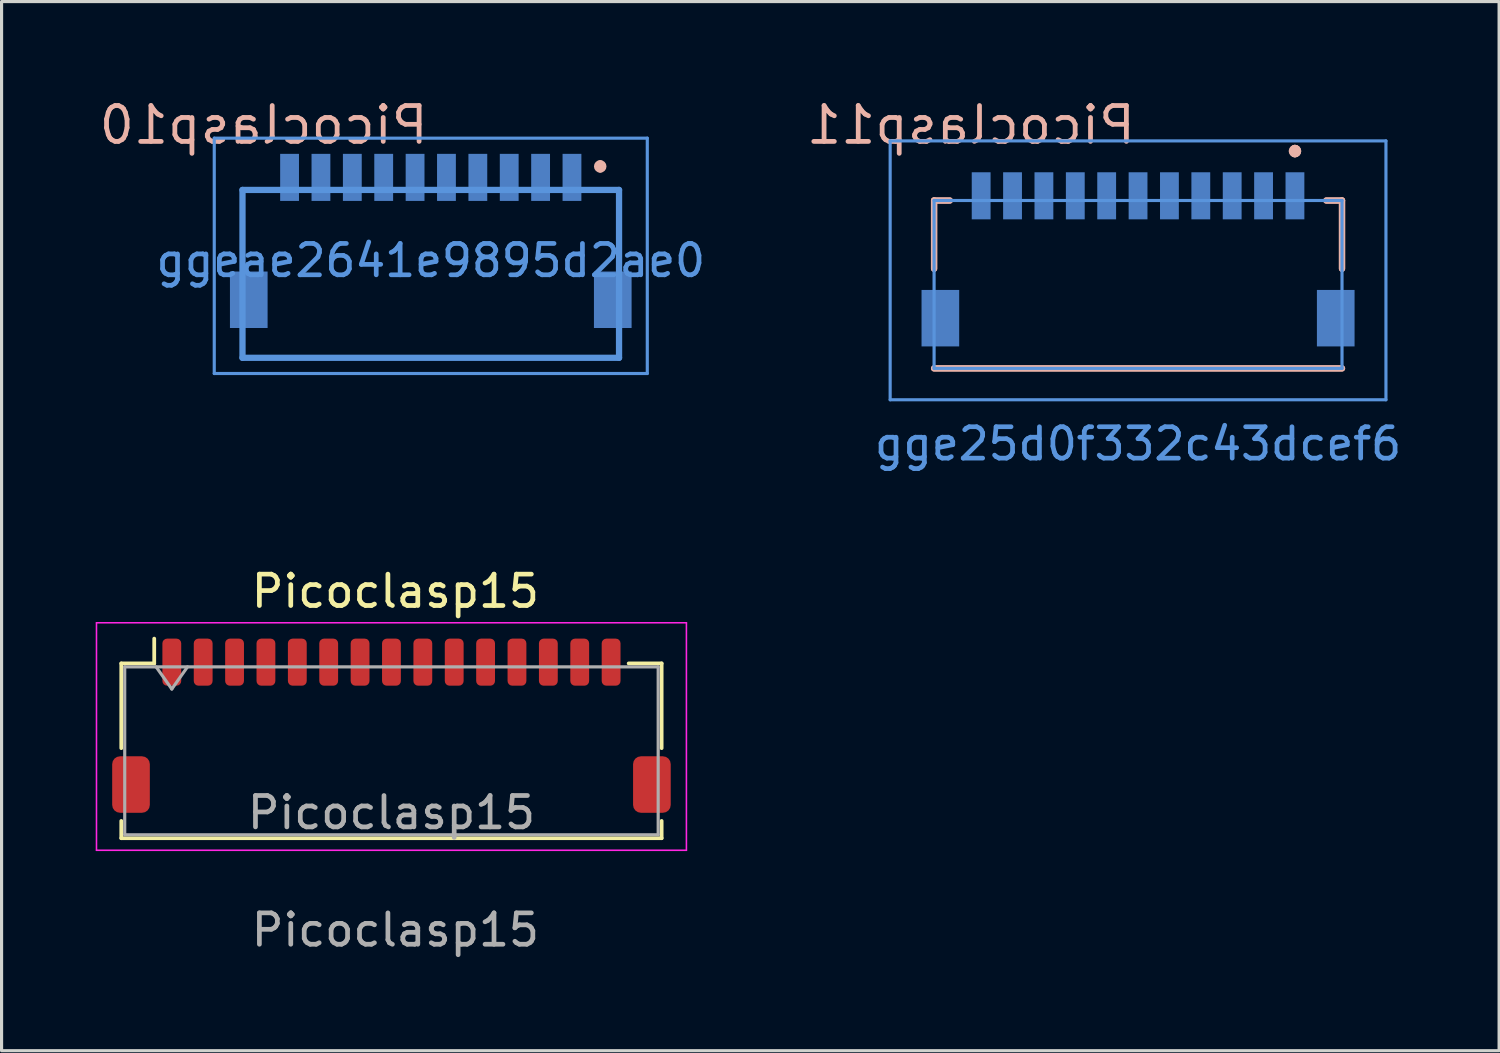
<source format=kicad_pcb>
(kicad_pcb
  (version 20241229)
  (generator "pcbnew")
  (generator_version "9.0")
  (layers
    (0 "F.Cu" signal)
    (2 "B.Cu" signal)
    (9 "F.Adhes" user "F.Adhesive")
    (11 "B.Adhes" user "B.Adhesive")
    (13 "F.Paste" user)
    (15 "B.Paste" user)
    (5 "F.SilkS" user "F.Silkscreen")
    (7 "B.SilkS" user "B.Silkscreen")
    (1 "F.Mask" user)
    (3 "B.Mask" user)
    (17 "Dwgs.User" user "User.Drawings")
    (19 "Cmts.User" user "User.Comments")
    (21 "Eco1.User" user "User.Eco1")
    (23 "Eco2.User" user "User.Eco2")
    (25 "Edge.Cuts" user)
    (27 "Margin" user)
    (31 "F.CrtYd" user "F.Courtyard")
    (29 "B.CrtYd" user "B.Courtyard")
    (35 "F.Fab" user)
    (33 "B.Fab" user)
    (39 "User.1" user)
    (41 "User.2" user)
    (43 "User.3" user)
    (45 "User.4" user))
  (footprint "Picoclasp11"
    (layer "F.Cu")
    (at 33.218 6.015)
    (property "Reference" "Picoclasp11" (at 0 -5.08 0) (layer "B.SilkS") (effects (font (size 1.143 1.143) (thickness 0.152)) (justify left mirror)))
    (attr smd)
    (fp_line (start -6.5 -2.675) (end -6.5 -0.5) (stroke (width 0.2) (type solid)) (layer "B.SilkS"))
    (fp_line (start -6.5 -2.675) (end -6 -2.675) (stroke (width 0.2) (type solid)) (layer "B.SilkS"))
    (fp_line (start -6.5 -0.5) (end -6.5 -2.675) (stroke (width 0.2) (type solid)) (layer "B.SilkS"))
    (fp_line (start -6.5 2.675) (end 6.5 2.675) (stroke (width 0.2) (type solid)) (layer "B.SilkS"))
    (fp_line (start -6 -2.675) (end -6.5 -2.675) (stroke (width 0.2) (type solid)) (layer "B.SilkS"))
    (fp_line (start 6 -2.675) (end 6.5 -2.675) (stroke (width 0.2) (type solid)) (layer "B.SilkS"))
    (fp_line (start 6.5 -2.675) (end 6 -2.675) (stroke (width 0.2) (type solid)) (layer "B.SilkS"))
    (fp_line (start 6.5 -2.675) (end 6.5 -0.5) (stroke (width 0.2) (type solid)) (layer "B.SilkS"))
    (fp_line (start 6.5 -0.5) (end 6.5 -2.675) (stroke (width 0.2) (type solid)) (layer "B.SilkS"))
    (fp_line (start 6.5 2.675) (end -6.5 2.675) (stroke (width 0.2) (type solid)) (layer "B.SilkS"))
    (fp_arc (start 5 -4.3) (mid 5.05 -4.25) (end 5 -4.2) (stroke (width 0.3) (type solid)) (layer "B.SilkS"))
    (fp_arc (start 5 -4.3) (mid 5.05 -4.25) (end 5 -4.2) (stroke (width 0.3) (type solid)) (layer "B.SilkS"))
    (fp_arc (start 5 -4.2) (mid 4.95 -4.25) (end 5 -4.3) (stroke (width 0.3) (type solid)) (layer "B.SilkS"))
    (fp_line (start -7.9 -4.575) (end -7.9 3.675) (stroke (width 0.1) (type solid)) (layer "Cmts.User"))
    (fp_line (start -7.9 3.675) (end 7.9 3.675) (stroke (width 0.1) (type solid)) (layer "Cmts.User"))
    (fp_line (start -6.5 -2.675) (end 6.5 -2.675) (stroke (width 0.1) (type solid)) (layer "Cmts.User"))
    (fp_line (start -6.5 2.675) (end -6.5 -2.675) (stroke (width 0.1) (type solid)) (layer "Cmts.User"))
    (fp_line (start 6.5 -2.675) (end 6.5 2.675) (stroke (width 0.1) (type solid)) (layer "Cmts.User"))
    (fp_line (start 6.5 2.675) (end -6.5 2.675) (stroke (width 0.1) (type solid)) (layer "Cmts.User"))
    (fp_line (start 7.9 -4.575) (end -7.9 -4.575) (stroke (width 0.1) (type solid)) (layer "Cmts.User"))
    (fp_line (start 7.9 3.675) (end 7.9 -4.575) (stroke (width 0.1) (type solid)) (layer "Cmts.User"))
    (fp_text user "gge25d0f332c43dcef6" (at 0 5.08 180) (layer "Cmts.User") (effects (font (size 1 1) (thickness 0.15))))
    (pad "1" smd rect (at 5 -2.825 270) (size 1.5 0.6) (layers "B.Cu" "B.Mask" "B.Paste"))
    (pad "2" smd rect (at 4 -2.825 270) (size 1.5 0.6) (layers "B.Cu" "B.Mask" "B.Paste"))
    (pad "3" smd rect (at 3 -2.825 270) (size 1.5 0.6) (layers "B.Cu" "B.Mask" "B.Paste"))
    (pad "4" smd rect (at 2 -2.825 270) (size 1.5 0.6) (layers "B.Cu" "B.Mask" "B.Paste"))
    (pad "5" smd rect (at 1 -2.825 270) (size 1.5 0.6) (layers "B.Cu" "B.Mask" "B.Paste"))
    (pad "6" smd rect (at 0 -2.825 270) (size 1.5 0.6) (layers "B.Cu" "B.Mask" "B.Paste"))
    (pad "7" smd rect (at -1 -2.825 270) (size 1.5 0.6) (layers "B.Cu" "B.Mask" "B.Paste"))
    (pad "8" smd rect (at -2 -2.825 270) (size 1.5 0.6) (layers "B.Cu" "B.Mask" "B.Paste"))
    (pad "9" smd rect (at -3 -2.825 270) (size 1.5 0.6) (layers "B.Cu" "B.Mask" "B.Paste"))
    (pad "10" smd rect (at -4 -2.825 270) (size 1.5 0.6) (layers "B.Cu" "B.Mask" "B.Paste"))
    (pad "11" smd rect (at -5 -2.825 270) (size 1.5 0.6) (layers "B.Cu" "B.Mask" "B.Paste"))
    (pad "MP" smd rect (at -6.3 1.075 270) (size 1.8 1.2) (layers "B.Cu" "B.Mask" "B.Paste"))
    (pad "MP" smd rect (at 6.3 1.075 270) (size 1.8 1.2) (layers "B.Cu" "B.Mask" "B.Paste")))
  (footprint "Picoclasp15"
    (layer "F.Cu")
    (at 9.55 20.237)
    (property "Reference" "Picoclasp15" (at 0 -4.445 0) (unlocked yes) (layer "F.SilkS") (effects (font (size 1 1) (thickness 0.15))))
    (attr smd)
    (fp_line (start -8.735 -2.145) (end -7.685 -2.145) (stroke (width 0.12) (type solid)) (layer "F.SilkS"))
    (fp_line (start -8.735 0.555) (end -8.735 -2.145) (stroke (width 0.12) (type solid)) (layer "F.SilkS"))
    (fp_line (start -8.735 2.875) (end -8.735 3.425) (stroke (width 0.12) (type solid)) (layer "F.SilkS"))
    (fp_line (start -8.735 3.425) (end 8.485 3.425) (stroke (width 0.12) (type solid)) (layer "F.SilkS"))
    (fp_line (start -7.685 -2.145) (end -7.685 -2.935) (stroke (width 0.12) (type solid)) (layer "F.SilkS"))
    (fp_line (start 8.485 -2.145) (end 7.435 -2.145) (stroke (width 0.12) (type solid)) (layer "F.SilkS"))
    (fp_line (start 8.485 0.555) (end 8.485 -2.145) (stroke (width 0.12) (type solid)) (layer "F.SilkS"))
    (fp_line (start 8.485 3.425) (end 8.485 2.875) (stroke (width 0.12) (type solid)) (layer "F.SilkS"))
    (fp_line (start -9.525 -3.44) (end -9.525 3.81) (stroke (width 0.05) (type solid)) (layer "F.CrtYd"))
    (fp_line (start -9.525 3.81) (end 9.275 3.81) (stroke (width 0.05) (type solid)) (layer "F.CrtYd"))
    (fp_line (start 9.275 -3.44) (end -9.525 -3.44) (stroke (width 0.05) (type solid)) (layer "F.CrtYd"))
    (fp_line (start 9.275 3.81) (end 9.275 -3.44) (stroke (width 0.05) (type solid)) (layer "F.CrtYd"))
    (fp_line (start -8.625 -2.035) (end -8.625 3.315) (stroke (width 0.1) (type solid)) (layer "F.Fab"))
    (fp_line (start -8.625 -2.035) (end 8.375 -2.035) (stroke (width 0.1) (type solid)) (layer "F.Fab"))
    (fp_line (start -8.625 3.315) (end 8.375 3.315) (stroke (width 0.1) (type solid)) (layer "F.Fab"))
    (fp_line (start -7.625 -2.035) (end -7.125 -1.328) (stroke (width 0.1) (type solid)) (layer "F.Fab"))
    (fp_line (start -7.125 -1.328) (end -6.625 -2.035) (stroke (width 0.1) (type solid)) (layer "F.Fab"))
    (fp_line (start 8.375 -2.035) (end 8.375 3.315) (stroke (width 0.1) (type solid)) (layer "F.Fab"))
    (fp_text user "${REFERENCE}" (at 0 6.35 0) (unlocked yes) (layer "F.Fab") (effects (font (size 1 1) (thickness 0.15))))
    (fp_text user "${REFERENCE}" (at -0.125 2.61 0) (unlocked yes) (layer "F.Fab") (effects (font (size 1 1) (thickness 0.15))))
    (pad "1" smd roundrect (at -7.125 -2.185) (size 0.6 1.5) (layers "F.Cu" "F.Mask" "F.Paste") (roundrect_rratio 0.25))
    (pad "2" smd roundrect (at -6.125 -2.185) (size 0.6 1.5) (layers "F.Cu" "F.Mask" "F.Paste") (roundrect_rratio 0.25))
    (pad "3" smd roundrect (at -5.125 -2.185) (size 0.6 1.5) (layers "F.Cu" "F.Mask" "F.Paste") (roundrect_rratio 0.25))
    (pad "4" smd roundrect (at -4.125 -2.185) (size 0.6 1.5) (layers "F.Cu" "F.Mask" "F.Paste") (roundrect_rratio 0.25))
    (pad "5" smd roundrect (at -3.125 -2.185) (size 0.6 1.5) (layers "F.Cu" "F.Mask" "F.Paste") (roundrect_rratio 0.25))
    (pad "6" smd roundrect (at -2.125 -2.185) (size 0.6 1.5) (layers "F.Cu" "F.Mask" "F.Paste") (roundrect_rratio 0.25))
    (pad "7" smd roundrect (at -1.125 -2.185) (size 0.6 1.5) (layers "F.Cu" "F.Mask" "F.Paste") (roundrect_rratio 0.25))
    (pad "8" smd roundrect (at -0.125 -2.185) (size 0.6 1.5) (layers "F.Cu" "F.Mask" "F.Paste") (roundrect_rratio 0.25))
    (pad "9" smd roundrect (at 0.875 -2.185) (size 0.6 1.5) (layers "F.Cu" "F.Mask" "F.Paste") (roundrect_rratio 0.25))
    (pad "10" smd roundrect (at 1.875 -2.185) (size 0.6 1.5) (layers "F.Cu" "F.Mask" "F.Paste") (roundrect_rratio 0.25))
    (pad "11" smd roundrect (at 2.875 -2.185) (size 0.6 1.5) (layers "F.Cu" "F.Mask" "F.Paste") (roundrect_rratio 0.25))
    (pad "12" smd roundrect (at 3.875 -2.185) (size 0.6 1.5) (layers "F.Cu" "F.Mask" "F.Paste") (roundrect_rratio 0.25))
    (pad "13" smd roundrect (at 4.875 -2.185) (size 0.6 1.5) (layers "F.Cu" "F.Mask" "F.Paste") (roundrect_rratio 0.25))
    (pad "14" smd roundrect (at 5.875 -2.185) (size 0.6 1.5) (layers "F.Cu" "F.Mask" "F.Paste") (roundrect_rratio 0.25))
    (pad "15" smd roundrect (at 6.875 -2.185) (size 0.6 1.5) (layers "F.Cu" "F.Mask" "F.Paste") (roundrect_rratio 0.25))
    (pad "MP" smd roundrect (at -8.425 1.715) (size 1.2 1.8) (layers "F.Cu" "F.Mask" "F.Paste") (roundrect_rratio 0.208))
    (pad "MP" smd roundrect (at 8.175 1.715) (size 1.2 1.8) (layers "F.Cu" "F.Mask" "F.Paste") (roundrect_rratio 0.208)))
  (footprint "Picoclasp10"
    (layer "F.Cu")
    (at 10.678 5.253)
    (property "Reference" "Picoclasp10" (at 0 -4.318 0) (layer "B.SilkS") (effects (font (size 1.143 1.143) (thickness 0.152)) (justify left mirror)))
    (attr smd)
    (fp_line (start -6 -2.25) (end -6 -0.4) (stroke (width 0.1) (type solid)) (layer "B.SilkS"))
    (fp_line (start -6 3.1) (end -6 2.6) (stroke (width 0.1) (type solid)) (layer "B.SilkS"))
    (fp_line (start -5.8 3.1) (end -6 3.1) (stroke (width 0.1) (type solid)) (layer "B.SilkS"))
    (fp_line (start -5.5 -2.25) (end -6 -2.25) (stroke (width 0.1) (type solid)) (layer "B.SilkS"))
    (fp_line (start 5.5 -2.25) (end 6 -2.25) (stroke (width 0.1) (type solid)) (layer "B.SilkS"))
    (fp_line (start 6 -2.25) (end 6 -0.4) (stroke (width 0.1) (type solid)) (layer "B.SilkS"))
    (fp_line (start 6 2.6) (end 6 3.1) (stroke (width 0.1) (type solid)) (layer "B.SilkS"))
    (fp_line (start 6 3.1) (end -5.8 3.1) (stroke (width 0.1) (type solid)) (layer "B.SilkS"))
    (fp_arc (start 5.4 -3.1) (mid 5.5 -3) (end 5.4 -2.9) (stroke (width 0.2) (type solid)) (layer "B.SilkS"))
    (fp_arc (start 5.4 -2.9) (mid 5.3 -3) (end 5.4 -3.1) (stroke (width 0.2) (type solid)) (layer "B.SilkS"))
    (fp_line (start -6.9 -3.9) (end -6.9 3.6) (stroke (width 0.1) (type solid)) (layer "Cmts.User"))
    (fp_line (start -6.9 3.6) (end 6.9 3.6) (stroke (width 0.1) (type solid)) (layer "Cmts.User"))
    (fp_line (start -6 -2.25) (end -6 3.1) (stroke (width 0.2) (type solid)) (layer "Cmts.User"))
    (fp_line (start -6 3.1) (end 6 3.1) (stroke (width 0.2) (type solid)) (layer "Cmts.User"))
    (fp_line (start 6 -2.25) (end -6 -2.25) (stroke (width 0.2) (type solid)) (layer "Cmts.User"))
    (fp_line (start 6 3.1) (end 6 -2.25) (stroke (width 0.2) (type solid)) (layer "Cmts.User"))
    (fp_line (start 6.9 -3.9) (end -6.9 -3.9) (stroke (width 0.1) (type solid)) (layer "Cmts.User"))
    (fp_line (start 6.9 3.6) (end 6.9 -3.9) (stroke (width 0.1) (type solid)) (layer "Cmts.User"))
    (fp_text user "ggeae2641e9895d2ae0" (at 0 0 180) (layer "Cmts.User") (effects (font (size 1 1) (thickness 0.15))))
    (pad "1" smd rect (at 4.5 -2.65 270) (size 1.5 0.6) (layers "B.Cu" "B.Mask" "B.Paste"))
    (pad "2" smd rect (at 3.5 -2.65 270) (size 1.5 0.6) (layers "B.Cu" "B.Mask" "B.Paste"))
    (pad "3" smd rect (at 2.5 -2.65 270) (size 1.5 0.6) (layers "B.Cu" "B.Mask" "B.Paste"))
    (pad "4" smd rect (at 1.5 -2.65 270) (size 1.5 0.6) (layers "B.Cu" "B.Mask" "B.Paste"))
    (pad "5" smd rect (at 0.5 -2.65 270) (size 1.5 0.6) (layers "B.Cu" "B.Mask" "B.Paste"))
    (pad "6" smd rect (at -0.5 -2.65 270) (size 1.5 0.6) (layers "B.Cu" "B.Mask" "B.Paste"))
    (pad "7" smd rect (at -1.5 -2.65 270) (size 1.5 0.6) (layers "B.Cu" "B.Mask" "B.Paste"))
    (pad "8" smd rect (at -2.5 -2.65 270) (size 1.5 0.6) (layers "B.Cu" "B.Mask" "B.Paste"))
    (pad "9" smd rect (at -3.5 -2.65 270) (size 1.5 0.6) (layers "B.Cu" "B.Mask" "B.Paste"))
    (pad "10" smd rect (at -4.5 -2.65 270) (size 1.5 0.6) (layers "B.Cu" "B.Mask" "B.Paste"))
    (pad "MP1" smd rect (at 5.8 1.25 270) (size 1.8 1.2) (layers "B.Cu" "B.Mask" "B.Paste"))
    (pad "MP2" smd rect (at -5.8 1.25 270) (size 1.8 1.2) (layers "B.Cu" "B.Mask" "B.Paste")))
  (gr_rect
    (start -3 -3)
    (end 44.724 30.435)
    (stroke (width 0.1) (type default))
    (fill no)
    (layer "Edge.Cuts")))
</source>
